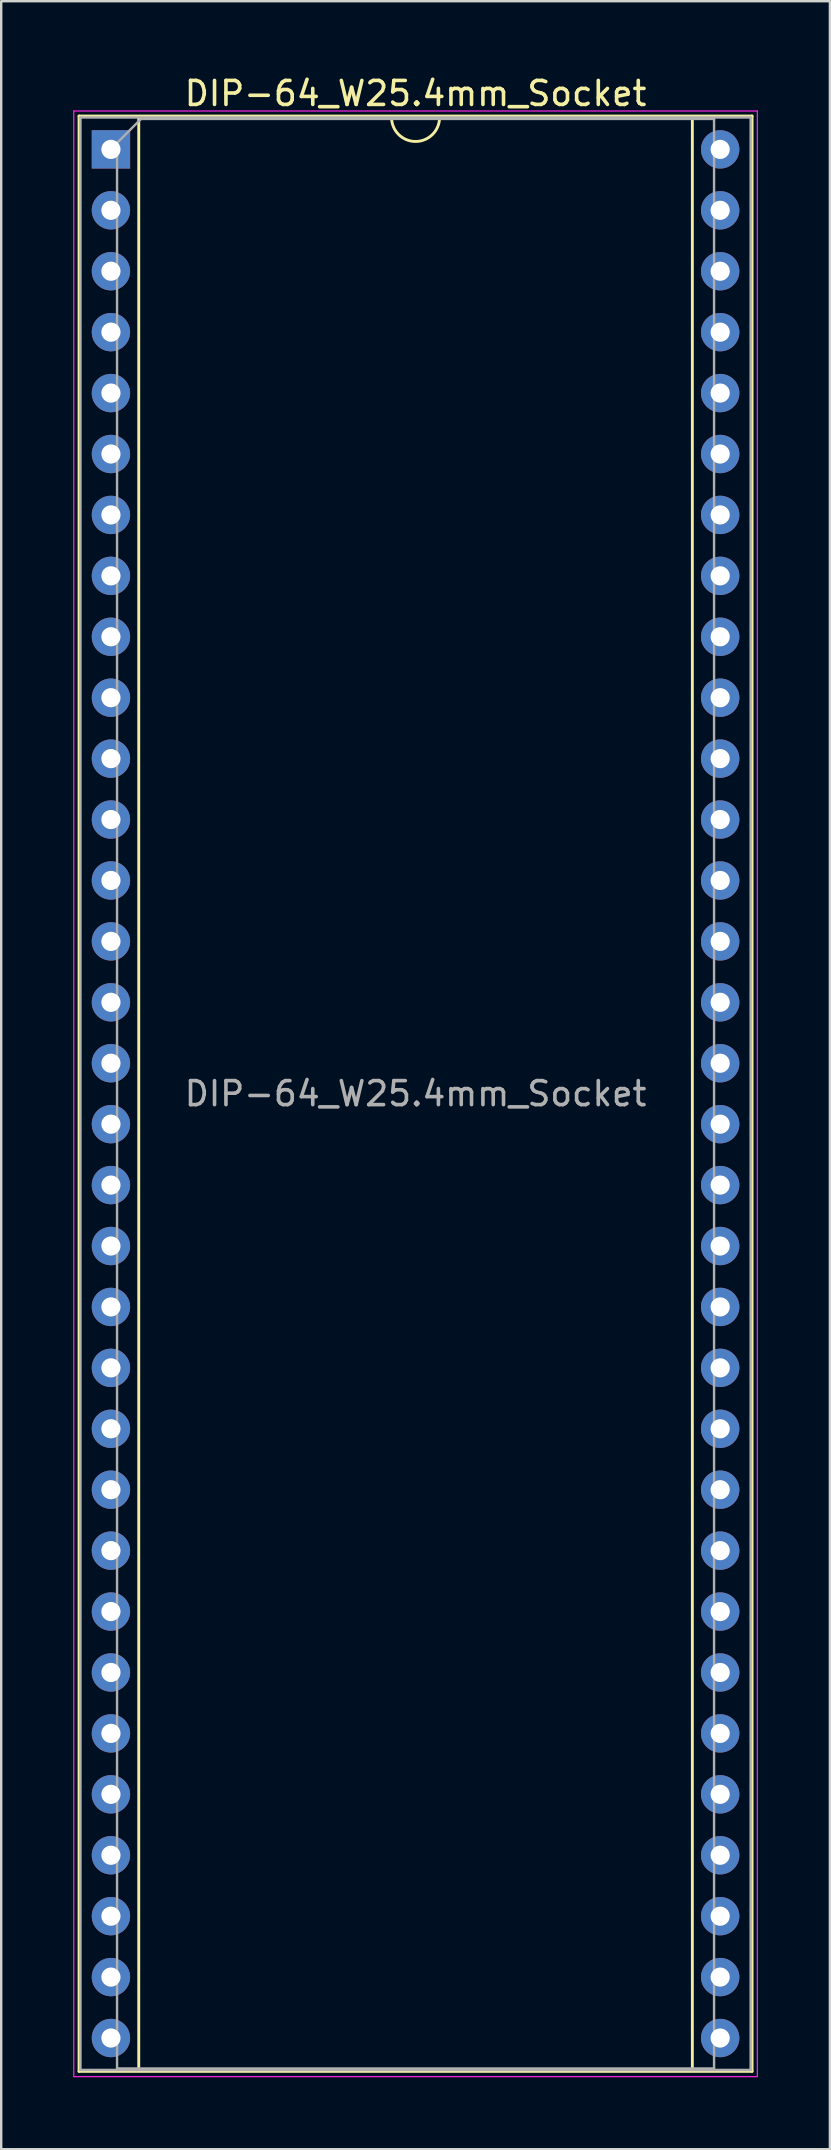
<source format=kicad_pcb>
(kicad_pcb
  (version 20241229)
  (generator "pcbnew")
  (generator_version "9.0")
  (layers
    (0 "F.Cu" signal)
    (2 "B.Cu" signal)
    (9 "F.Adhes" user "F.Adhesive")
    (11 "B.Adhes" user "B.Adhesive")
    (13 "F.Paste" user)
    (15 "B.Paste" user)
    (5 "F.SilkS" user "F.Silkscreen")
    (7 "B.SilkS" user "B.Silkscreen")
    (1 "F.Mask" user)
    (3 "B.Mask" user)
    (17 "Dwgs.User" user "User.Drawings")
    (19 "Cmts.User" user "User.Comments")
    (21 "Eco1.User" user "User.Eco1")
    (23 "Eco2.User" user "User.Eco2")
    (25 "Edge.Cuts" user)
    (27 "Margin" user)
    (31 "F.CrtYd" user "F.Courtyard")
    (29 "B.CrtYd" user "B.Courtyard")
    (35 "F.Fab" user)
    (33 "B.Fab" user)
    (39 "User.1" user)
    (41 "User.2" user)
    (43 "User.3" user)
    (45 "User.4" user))
  (footprint "DIP-64_W25.4mm_Socket"
    (layer "F.Cu")
    (at 1.575 3.178)
    (property "Reference" "DIP-64_W25.4mm_Socket" (at 12.7 -2.33 0) (layer "F.SilkS") (effects (font (size 1 1) (thickness 0.15))))
    (attr through_hole)
    (fp_line (start -1.33 -1.39) (end -1.33 80.13) (stroke (width 0.12) (type solid)) (layer "F.SilkS"))
    (fp_line (start -1.33 80.13) (end 26.73 80.13) (stroke (width 0.12) (type solid)) (layer "F.SilkS"))
    (fp_line (start 1.16 -1.33) (end 1.16 80.07) (stroke (width 0.12) (type solid)) (layer "F.SilkS"))
    (fp_line (start 1.16 80.07) (end 24.24 80.07) (stroke (width 0.12) (type solid)) (layer "F.SilkS"))
    (fp_line (start 11.7 -1.33) (end 1.16 -1.33) (stroke (width 0.12) (type solid)) (layer "F.SilkS"))
    (fp_line (start 24.24 -1.33) (end 13.7 -1.33) (stroke (width 0.12) (type solid)) (layer "F.SilkS"))
    (fp_line (start 24.24 80.07) (end 24.24 -1.33) (stroke (width 0.12) (type solid)) (layer "F.SilkS"))
    (fp_line (start 26.73 -1.39) (end -1.33 -1.39) (stroke (width 0.12) (type solid)) (layer "F.SilkS"))
    (fp_line (start 26.73 80.13) (end 26.73 -1.39) (stroke (width 0.12) (type solid)) (layer "F.SilkS"))
    (fp_arc (start 13.7 -1.33) (mid 12.7 -0.33) (end 11.7 -1.33) (stroke (width 0.12) (type solid)) (layer "F.SilkS"))
    (fp_line (start -1.55 -1.6) (end -1.55 80.35) (stroke (width 0.05) (type solid)) (layer "F.CrtYd"))
    (fp_line (start -1.55 80.35) (end 26.95 80.35) (stroke (width 0.05) (type solid)) (layer "F.CrtYd"))
    (fp_line (start 26.95 -1.6) (end -1.55 -1.6) (stroke (width 0.05) (type solid)) (layer "F.CrtYd"))
    (fp_line (start 26.95 80.35) (end 26.95 -1.6) (stroke (width 0.05) (type solid)) (layer "F.CrtYd"))
    (fp_line (start -1.27 -1.33) (end -1.27 80.07) (stroke (width 0.1) (type solid)) (layer "F.Fab"))
    (fp_line (start -1.27 80.07) (end 26.67 80.07) (stroke (width 0.1) (type solid)) (layer "F.Fab"))
    (fp_line (start 0.255 -0.27) (end 1.255 -1.27) (stroke (width 0.1) (type solid)) (layer "F.Fab"))
    (fp_line (start 0.255 80.01) (end 0.255 -0.27) (stroke (width 0.1) (type solid)) (layer "F.Fab"))
    (fp_line (start 1.255 -1.27) (end 25.145 -1.27) (stroke (width 0.1) (type solid)) (layer "F.Fab"))
    (fp_line (start 25.145 -1.27) (end 25.145 80.01) (stroke (width 0.1) (type solid)) (layer "F.Fab"))
    (fp_line (start 25.145 80.01) (end 0.255 80.01) (stroke (width 0.1) (type solid)) (layer "F.Fab"))
    (fp_line (start 26.67 -1.33) (end -1.27 -1.33) (stroke (width 0.1) (type solid)) (layer "F.Fab"))
    (fp_line (start 26.67 80.07) (end 26.67 -1.33) (stroke (width 0.1) (type solid)) (layer "F.Fab"))
    (fp_text user "${REFERENCE}" (at 12.7 39.37 0) (layer "F.Fab") (effects (font (size 1 1) (thickness 0.15))))
    (pad "1" thru_hole rect (at 0 0) (size 1.6 1.6) (drill 0.8) (layers "*.Cu" "*.Mask"))
    (pad "2" thru_hole oval (at 0 2.54) (size 1.6 1.6) (drill 0.8) (layers "*.Cu" "*.Mask"))
    (pad "3" thru_hole oval (at 0 5.08) (size 1.6 1.6) (drill 0.8) (layers "*.Cu" "*.Mask"))
    (pad "4" thru_hole oval (at 0 7.62) (size 1.6 1.6) (drill 0.8) (layers "*.Cu" "*.Mask"))
    (pad "5" thru_hole oval (at 0 10.16) (size 1.6 1.6) (drill 0.8) (layers "*.Cu" "*.Mask"))
    (pad "6" thru_hole oval (at 0 12.7) (size 1.6 1.6) (drill 0.8) (layers "*.Cu" "*.Mask"))
    (pad "7" thru_hole oval (at 0 15.24) (size 1.6 1.6) (drill 0.8) (layers "*.Cu" "*.Mask"))
    (pad "8" thru_hole oval (at 0 17.78) (size 1.6 1.6) (drill 0.8) (layers "*.Cu" "*.Mask"))
    (pad "9" thru_hole oval (at 0 20.32) (size 1.6 1.6) (drill 0.8) (layers "*.Cu" "*.Mask"))
    (pad "10" thru_hole oval (at 0 22.86) (size 1.6 1.6) (drill 0.8) (layers "*.Cu" "*.Mask"))
    (pad "11" thru_hole oval (at 0 25.4) (size 1.6 1.6) (drill 0.8) (layers "*.Cu" "*.Mask"))
    (pad "12" thru_hole oval (at 0 27.94) (size 1.6 1.6) (drill 0.8) (layers "*.Cu" "*.Mask"))
    (pad "13" thru_hole oval (at 0 30.48) (size 1.6 1.6) (drill 0.8) (layers "*.Cu" "*.Mask"))
    (pad "14" thru_hole oval (at 0 33.02) (size 1.6 1.6) (drill 0.8) (layers "*.Cu" "*.Mask"))
    (pad "15" thru_hole oval (at 0 35.56) (size 1.6 1.6) (drill 0.8) (layers "*.Cu" "*.Mask"))
    (pad "16" thru_hole oval (at 0 38.1) (size 1.6 1.6) (drill 0.8) (layers "*.Cu" "*.Mask"))
    (pad "17" thru_hole oval (at 0 40.64) (size 1.6 1.6) (drill 0.8) (layers "*.Cu" "*.Mask"))
    (pad "18" thru_hole oval (at 0 43.18) (size 1.6 1.6) (drill 0.8) (layers "*.Cu" "*.Mask"))
    (pad "19" thru_hole oval (at 0 45.72) (size 1.6 1.6) (drill 0.8) (layers "*.Cu" "*.Mask"))
    (pad "20" thru_hole oval (at 0 48.26) (size 1.6 1.6) (drill 0.8) (layers "*.Cu" "*.Mask"))
    (pad "21" thru_hole oval (at 0 50.8) (size 1.6 1.6) (drill 0.8) (layers "*.Cu" "*.Mask"))
    (pad "22" thru_hole oval (at 0 53.34) (size 1.6 1.6) (drill 0.8) (layers "*.Cu" "*.Mask"))
    (pad "23" thru_hole oval (at 0 55.88) (size 1.6 1.6) (drill 0.8) (layers "*.Cu" "*.Mask"))
    (pad "24" thru_hole oval (at 0 58.42) (size 1.6 1.6) (drill 0.8) (layers "*.Cu" "*.Mask"))
    (pad "25" thru_hole oval (at 0 60.96) (size 1.6 1.6) (drill 0.8) (layers "*.Cu" "*.Mask"))
    (pad "26" thru_hole oval (at 0 63.5) (size 1.6 1.6) (drill 0.8) (layers "*.Cu" "*.Mask"))
    (pad "27" thru_hole oval (at 0 66.04) (size 1.6 1.6) (drill 0.8) (layers "*.Cu" "*.Mask"))
    (pad "28" thru_hole oval (at 0 68.58) (size 1.6 1.6) (drill 0.8) (layers "*.Cu" "*.Mask"))
    (pad "29" thru_hole oval (at 0 71.12) (size 1.6 1.6) (drill 0.8) (layers "*.Cu" "*.Mask"))
    (pad "30" thru_hole oval (at 0 73.66) (size 1.6 1.6) (drill 0.8) (layers "*.Cu" "*.Mask"))
    (pad "31" thru_hole oval (at 0 76.2) (size 1.6 1.6) (drill 0.8) (layers "*.Cu" "*.Mask"))
    (pad "32" thru_hole oval (at 0 78.74) (size 1.6 1.6) (drill 0.8) (layers "*.Cu" "*.Mask"))
    (pad "33" thru_hole oval (at 25.4 78.74) (size 1.6 1.6) (drill 0.8) (layers "*.Cu" "*.Mask"))
    (pad "34" thru_hole oval (at 25.4 76.2) (size 1.6 1.6) (drill 0.8) (layers "*.Cu" "*.Mask"))
    (pad "35" thru_hole oval (at 25.4 73.66) (size 1.6 1.6) (drill 0.8) (layers "*.Cu" "*.Mask"))
    (pad "36" thru_hole oval (at 25.4 71.12) (size 1.6 1.6) (drill 0.8) (layers "*.Cu" "*.Mask"))
    (pad "37" thru_hole oval (at 25.4 68.58) (size 1.6 1.6) (drill 0.8) (layers "*.Cu" "*.Mask"))
    (pad "38" thru_hole oval (at 25.4 66.04) (size 1.6 1.6) (drill 0.8) (layers "*.Cu" "*.Mask"))
    (pad "39" thru_hole oval (at 25.4 63.5) (size 1.6 1.6) (drill 0.8) (layers "*.Cu" "*.Mask"))
    (pad "40" thru_hole oval (at 25.4 60.96) (size 1.6 1.6) (drill 0.8) (layers "*.Cu" "*.Mask"))
    (pad "41" thru_hole oval (at 25.4 58.42) (size 1.6 1.6) (drill 0.8) (layers "*.Cu" "*.Mask"))
    (pad "42" thru_hole oval (at 25.4 55.88) (size 1.6 1.6) (drill 0.8) (layers "*.Cu" "*.Mask"))
    (pad "43" thru_hole oval (at 25.4 53.34) (size 1.6 1.6) (drill 0.8) (layers "*.Cu" "*.Mask"))
    (pad "44" thru_hole oval (at 25.4 50.8) (size 1.6 1.6) (drill 0.8) (layers "*.Cu" "*.Mask"))
    (pad "45" thru_hole oval (at 25.4 48.26) (size 1.6 1.6) (drill 0.8) (layers "*.Cu" "*.Mask"))
    (pad "46" thru_hole oval (at 25.4 45.72) (size 1.6 1.6) (drill 0.8) (layers "*.Cu" "*.Mask"))
    (pad "47" thru_hole oval (at 25.4 43.18) (size 1.6 1.6) (drill 0.8) (layers "*.Cu" "*.Mask"))
    (pad "48" thru_hole oval (at 25.4 40.64) (size 1.6 1.6) (drill 0.8) (layers "*.Cu" "*.Mask"))
    (pad "49" thru_hole oval (at 25.4 38.1) (size 1.6 1.6) (drill 0.8) (layers "*.Cu" "*.Mask"))
    (pad "50" thru_hole oval (at 25.4 35.56) (size 1.6 1.6) (drill 0.8) (layers "*.Cu" "*.Mask"))
    (pad "51" thru_hole oval (at 25.4 33.02) (size 1.6 1.6) (drill 0.8) (layers "*.Cu" "*.Mask"))
    (pad "52" thru_hole oval (at 25.4 30.48) (size 1.6 1.6) (drill 0.8) (layers "*.Cu" "*.Mask"))
    (pad "53" thru_hole oval (at 25.4 27.94) (size 1.6 1.6) (drill 0.8) (layers "*.Cu" "*.Mask"))
    (pad "54" thru_hole oval (at 25.4 25.4) (size 1.6 1.6) (drill 0.8) (layers "*.Cu" "*.Mask"))
    (pad "55" thru_hole oval (at 25.4 22.86) (size 1.6 1.6) (drill 0.8) (layers "*.Cu" "*.Mask"))
    (pad "56" thru_hole oval (at 25.4 20.32) (size 1.6 1.6) (drill 0.8) (layers "*.Cu" "*.Mask"))
    (pad "57" thru_hole oval (at 25.4 17.78) (size 1.6 1.6) (drill 0.8) (layers "*.Cu" "*.Mask"))
    (pad "58" thru_hole oval (at 25.4 15.24) (size 1.6 1.6) (drill 0.8) (layers "*.Cu" "*.Mask"))
    (pad "59" thru_hole oval (at 25.4 12.7) (size 1.6 1.6) (drill 0.8) (layers "*.Cu" "*.Mask"))
    (pad "60" thru_hole oval (at 25.4 10.16) (size 1.6 1.6) (drill 0.8) (layers "*.Cu" "*.Mask"))
    (pad "61" thru_hole oval (at 25.4 7.62) (size 1.6 1.6) (drill 0.8) (layers "*.Cu" "*.Mask"))
    (pad "62" thru_hole oval (at 25.4 5.08) (size 1.6 1.6) (drill 0.8) (layers "*.Cu" "*.Mask"))
    (pad "63" thru_hole oval (at 25.4 2.54) (size 1.6 1.6) (drill 0.8) (layers "*.Cu" "*.Mask"))
    (pad "64" thru_hole oval (at 25.4 0) (size 1.6 1.6) (drill 0.8) (layers "*.Cu" "*.Mask")))
  (gr_rect
    (start -3 -3)
    (end 31.55 86.553)
    (stroke (width 0.1) (type default))
    (fill no)
    (layer "Edge.Cuts")))
</source>
